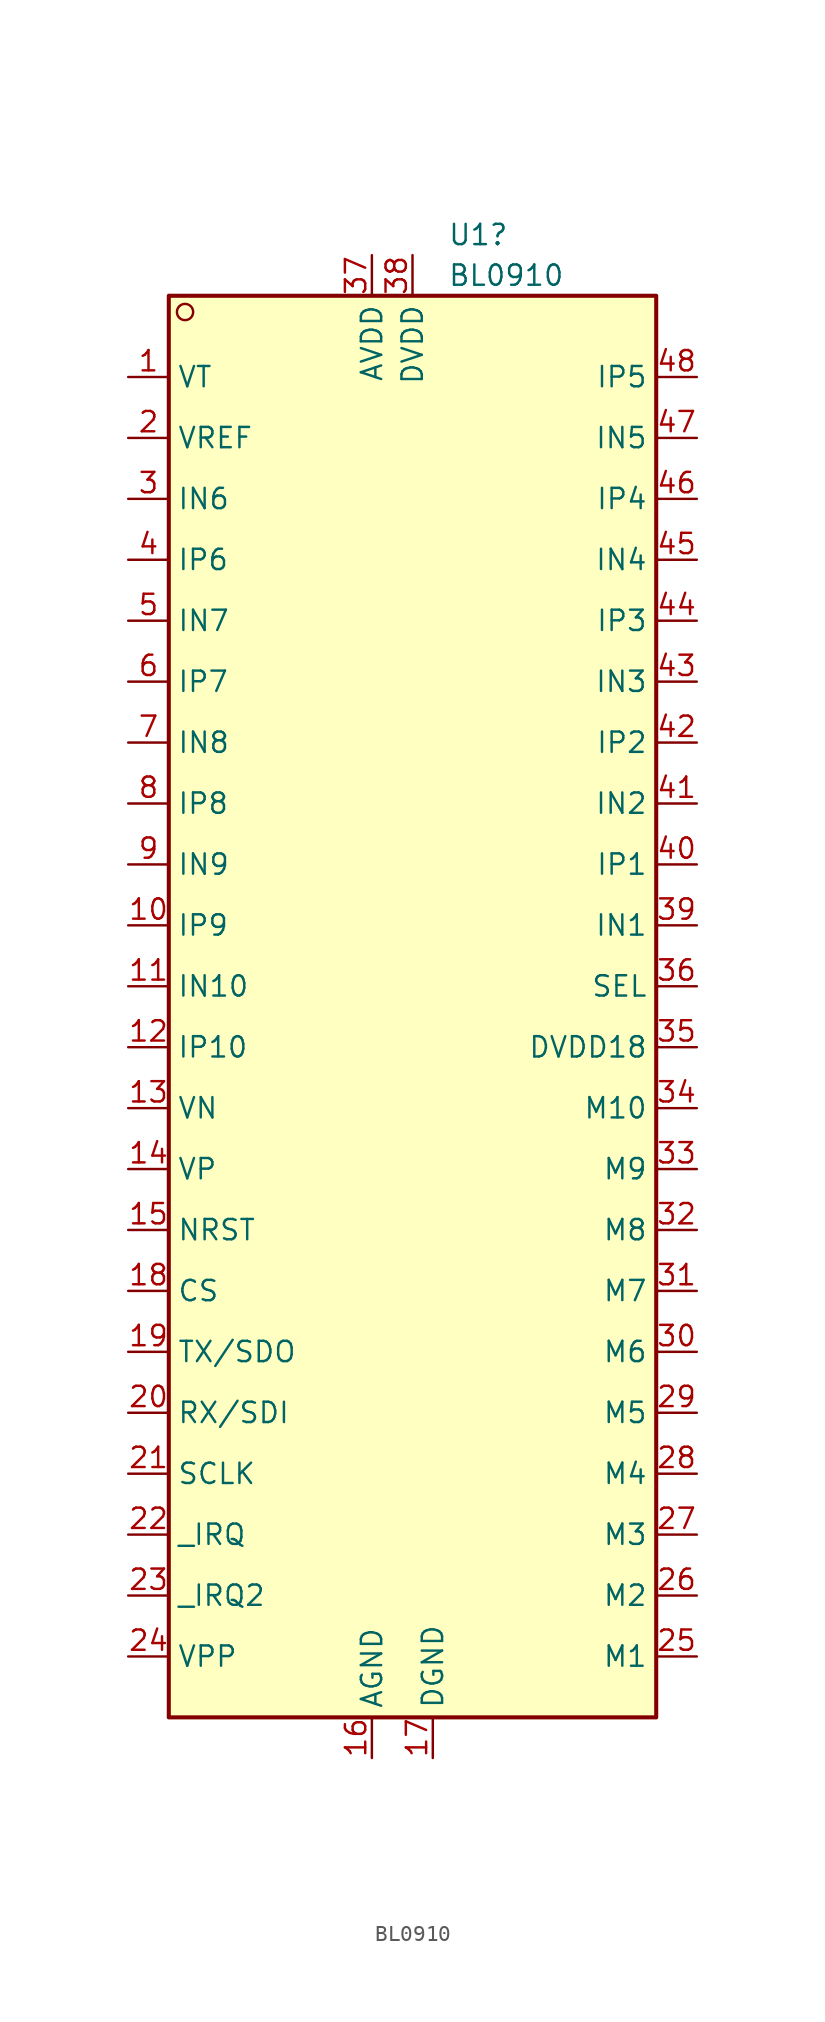
<source format=kicad_sym>
(kicad_symbol_lib
  (version 20231120)
  (generator "kicad_symbol_editor")
  (generator_version "8.0")
  (symbol "BL0910"
    (property "Reference" "U1"
      (at 3.464 2.54 0)
      (effects (font (size 1.27 1.27)) (justify left)))
    (property "Value" "BL0910"
      (at 3.464 0 0)
      (effects (font (size 1.27 1.27)) (justify left)))
    (symbol "BL0910_0_1"
      (rectangle (start -13.97 -1.27) (end 16.51 -90.17) (stroke (width 0.254) (type default)) (fill (type background)))
      (circle (center -12.954 -2.286) (radius 0.508) (stroke (width 0) (type default)) (fill (type none))))
    (symbol "BL0910_1_1"
      (pin input line (at -16.51 -6.35 0) (length 2.54) (name "VT" (effects (font (size 1.27 1.27)))) (number "1" (effects (font (size 1.27 1.27)))))
      (pin input line (at -16.51 -40.64 0) (length 2.54) (name "IP9" (effects (font (size 1.27 1.27)))) (number "10" (effects (font (size 1.27 1.27)))))
      (pin input line (at -16.51 -44.45 0) (length 2.54) (name "IN10" (effects (font (size 1.27 1.27)))) (number "11" (effects (font (size 1.27 1.27)))))
      (pin input line (at -16.51 -48.26 0) (length 2.54) (name "IP10" (effects (font (size 1.27 1.27)))) (number "12" (effects (font (size 1.27 1.27)))))
      (pin input line (at -16.51 -52.07 0) (length 2.54) (name "VN" (effects (font (size 1.27 1.27)))) (number "13" (effects (font (size 1.27 1.27)))))
      (pin input line (at -16.51 -55.88 0) (length 2.54) (name "VP" (effects (font (size 1.27 1.27)))) (number "14" (effects (font (size 1.27 1.27)))))
      (pin input line (at -16.51 -59.69 0) (length 2.54) (name "NRST" (effects (font (size 1.27 1.27)))) (number "15" (effects (font (size 1.27 1.27)))))
      (pin power_in line (at -1.27 -92.71 90) (length 2.54) (name "AGND" (effects (font (size 1.27 1.27)))) (number "16" (effects (font (size 1.27 1.27)))))
      (pin power_in line (at 2.54 -92.71 90) (length 2.54) (name "DGND" (effects (font (size 1.27 1.27)))) (number "17" (effects (font (size 1.27 1.27)))))
      (pin input line (at -16.51 -63.5 0) (length 2.54) (name "CS" (effects (font (size 1.27 1.27)))) (number "18" (effects (font (size 1.27 1.27)))))
      (pin input line (at -16.51 -67.31 0) (length 2.54) (name "TX/SDO" (effects (font (size 1.27 1.27)))) (number "19" (effects (font (size 1.27 1.27)))))
      (pin input line (at -16.51 -10.16 0) (length 2.54) (name "VREF" (effects (font (size 1.27 1.27)))) (number "2" (effects (font (size 1.27 1.27)))))
      (pin input line (at -16.51 -71.12 0) (length 2.54) (name "RX/SDI" (effects (font (size 1.27 1.27)))) (number "20" (effects (font (size 1.27 1.27)))))
      (pin input line (at -16.51 -74.93 0) (length 2.54) (name "SCLK" (effects (font (size 1.27 1.27)))) (number "21" (effects (font (size 1.27 1.27)))))
      (pin input line (at -16.51 -78.74 0) (length 2.54) (name "_IRQ" (effects (font (size 1.27 1.27)))) (number "22" (effects (font (size 1.27 1.27)))))
      (pin input line (at -16.51 -82.55 0) (length 2.54) (name "_IRQ2" (effects (font (size 1.27 1.27)))) (number "23" (effects (font (size 1.27 1.27)))))
      (pin input line (at -16.51 -86.36 0) (length 2.54) (name "VPP" (effects (font (size 1.27 1.27)))) (number "24" (effects (font (size 1.27 1.27)))))
      (pin input line (at 19.05 -86.36 180) (length 2.54) (name "M1" (effects (font (size 1.27 1.27)))) (number "25" (effects (font (size 1.27 1.27)))))
      (pin input line (at 19.05 -82.55 180) (length 2.54) (name "M2" (effects (font (size 1.27 1.27)))) (number "26" (effects (font (size 1.27 1.27)))))
      (pin input line (at 19.05 -78.74 180) (length 2.54) (name "M3" (effects (font (size 1.27 1.27)))) (number "27" (effects (font (size 1.27 1.27)))))
      (pin input line (at 19.05 -74.93 180) (length 2.54) (name "M4" (effects (font (size 1.27 1.27)))) (number "28" (effects (font (size 1.27 1.27)))))
      (pin input line (at 19.05 -71.12 180) (length 2.54) (name "M5" (effects (font (size 1.27 1.27)))) (number "29" (effects (font (size 1.27 1.27)))))
      (pin input line (at -16.51 -13.97 0) (length 2.54) (name "IN6" (effects (font (size 1.27 1.27)))) (number "3" (effects (font (size 1.27 1.27)))))
      (pin input line (at 19.05 -67.31 180) (length 2.54) (name "M6" (effects (font (size 1.27 1.27)))) (number "30" (effects (font (size 1.27 1.27)))))
      (pin input line (at 19.05 -63.5 180) (length 2.54) (name "M7" (effects (font (size 1.27 1.27)))) (number "31" (effects (font (size 1.27 1.27)))))
      (pin input line (at 19.05 -59.69 180) (length 2.54) (name "M8" (effects (font (size 1.27 1.27)))) (number "32" (effects (font (size 1.27 1.27)))))
      (pin input line (at 19.05 -55.88 180) (length 2.54) (name "M9" (effects (font (size 1.27 1.27)))) (number "33" (effects (font (size 1.27 1.27)))))
      (pin input line (at 19.05 -52.07 180) (length 2.54) (name "M10" (effects (font (size 1.27 1.27)))) (number "34" (effects (font (size 1.27 1.27)))))
      (pin input line (at 19.05 -48.26 180) (length 2.54) (name "DVDD18" (effects (font (size 1.27 1.27)))) (number "35" (effects (font (size 1.27 1.27)))))
      (pin input line (at 19.05 -44.45 180) (length 2.54) (name "SEL" (effects (font (size 1.27 1.27)))) (number "36" (effects (font (size 1.27 1.27)))))
      (pin power_in line (at -1.27 1.27 270) (length 2.54) (name "AVDD" (effects (font (size 1.27 1.27)))) (number "37" (effects (font (size 1.27 1.27)))))
      (pin power_in line (at 1.27 1.27 270) (length 2.54) (name "DVDD" (effects (font (size 1.27 1.27)))) (number "38" (effects (font (size 1.27 1.27)))))
      (pin input line (at 19.05 -40.64 180) (length 2.54) (name "IN1" (effects (font (size 1.27 1.27)))) (number "39" (effects (font (size 1.27 1.27)))))
      (pin input line (at -16.51 -17.78 0) (length 2.54) (name "IP6" (effects (font (size 1.27 1.27)))) (number "4" (effects (font (size 1.27 1.27)))))
      (pin input line (at 19.05 -36.83 180) (length 2.54) (name "IP1" (effects (font (size 1.27 1.27)))) (number "40" (effects (font (size 1.27 1.27)))))
      (pin input line (at 19.05 -33.02 180) (length 2.54) (name "IN2" (effects (font (size 1.27 1.27)))) (number "41" (effects (font (size 1.27 1.27)))))
      (pin input line (at 19.05 -29.21 180) (length 2.54) (name "IP2" (effects (font (size 1.27 1.27)))) (number "42" (effects (font (size 1.27 1.27)))))
      (pin input line (at 19.05 -25.4 180) (length 2.54) (name "IN3" (effects (font (size 1.27 1.27)))) (number "43" (effects (font (size 1.27 1.27)))))
      (pin input line (at 19.05 -21.59 180) (length 2.54) (name "IP3" (effects (font (size 1.27 1.27)))) (number "44" (effects (font (size 1.27 1.27)))))
      (pin input line (at 19.05 -17.78 180) (length 2.54) (name "IN4" (effects (font (size 1.27 1.27)))) (number "45" (effects (font (size 1.27 1.27)))))
      (pin input line (at 19.05 -13.97 180) (length 2.54) (name "IP4" (effects (font (size 1.27 1.27)))) (number "46" (effects (font (size 1.27 1.27)))))
      (pin input line (at 19.05 -10.16 180) (length 2.54) (name "IN5" (effects (font (size 1.27 1.27)))) (number "47" (effects (font (size 1.27 1.27)))))
      (pin input line (at 19.05 -6.35 180) (length 2.54) (name "IP5" (effects (font (size 1.27 1.27)))) (number "48" (effects (font (size 1.27 1.27)))))
      (pin input line (at -16.51 -21.59 0) (length 2.54) (name "IN7" (effects (font (size 1.27 1.27)))) (number "5" (effects (font (size 1.27 1.27)))))
      (pin input line (at -16.51 -25.4 0) (length 2.54) (name "IP7" (effects (font (size 1.27 1.27)))) (number "6" (effects (font (size 1.27 1.27)))))
      (pin input line (at -16.51 -29.21 0) (length 2.54) (name "IN8" (effects (font (size 1.27 1.27)))) (number "7" (effects (font (size 1.27 1.27)))))
      (pin input line (at -16.51 -33.02 0) (length 2.54) (name "IP8" (effects (font (size 1.27 1.27)))) (number "8" (effects (font (size 1.27 1.27)))))
      (pin input line (at -16.51 -36.83 0) (length 2.54) (name "IN9" (effects (font (size 1.27 1.27)))) (number "9" (effects (font (size 1.27 1.27))))))))
</source>
